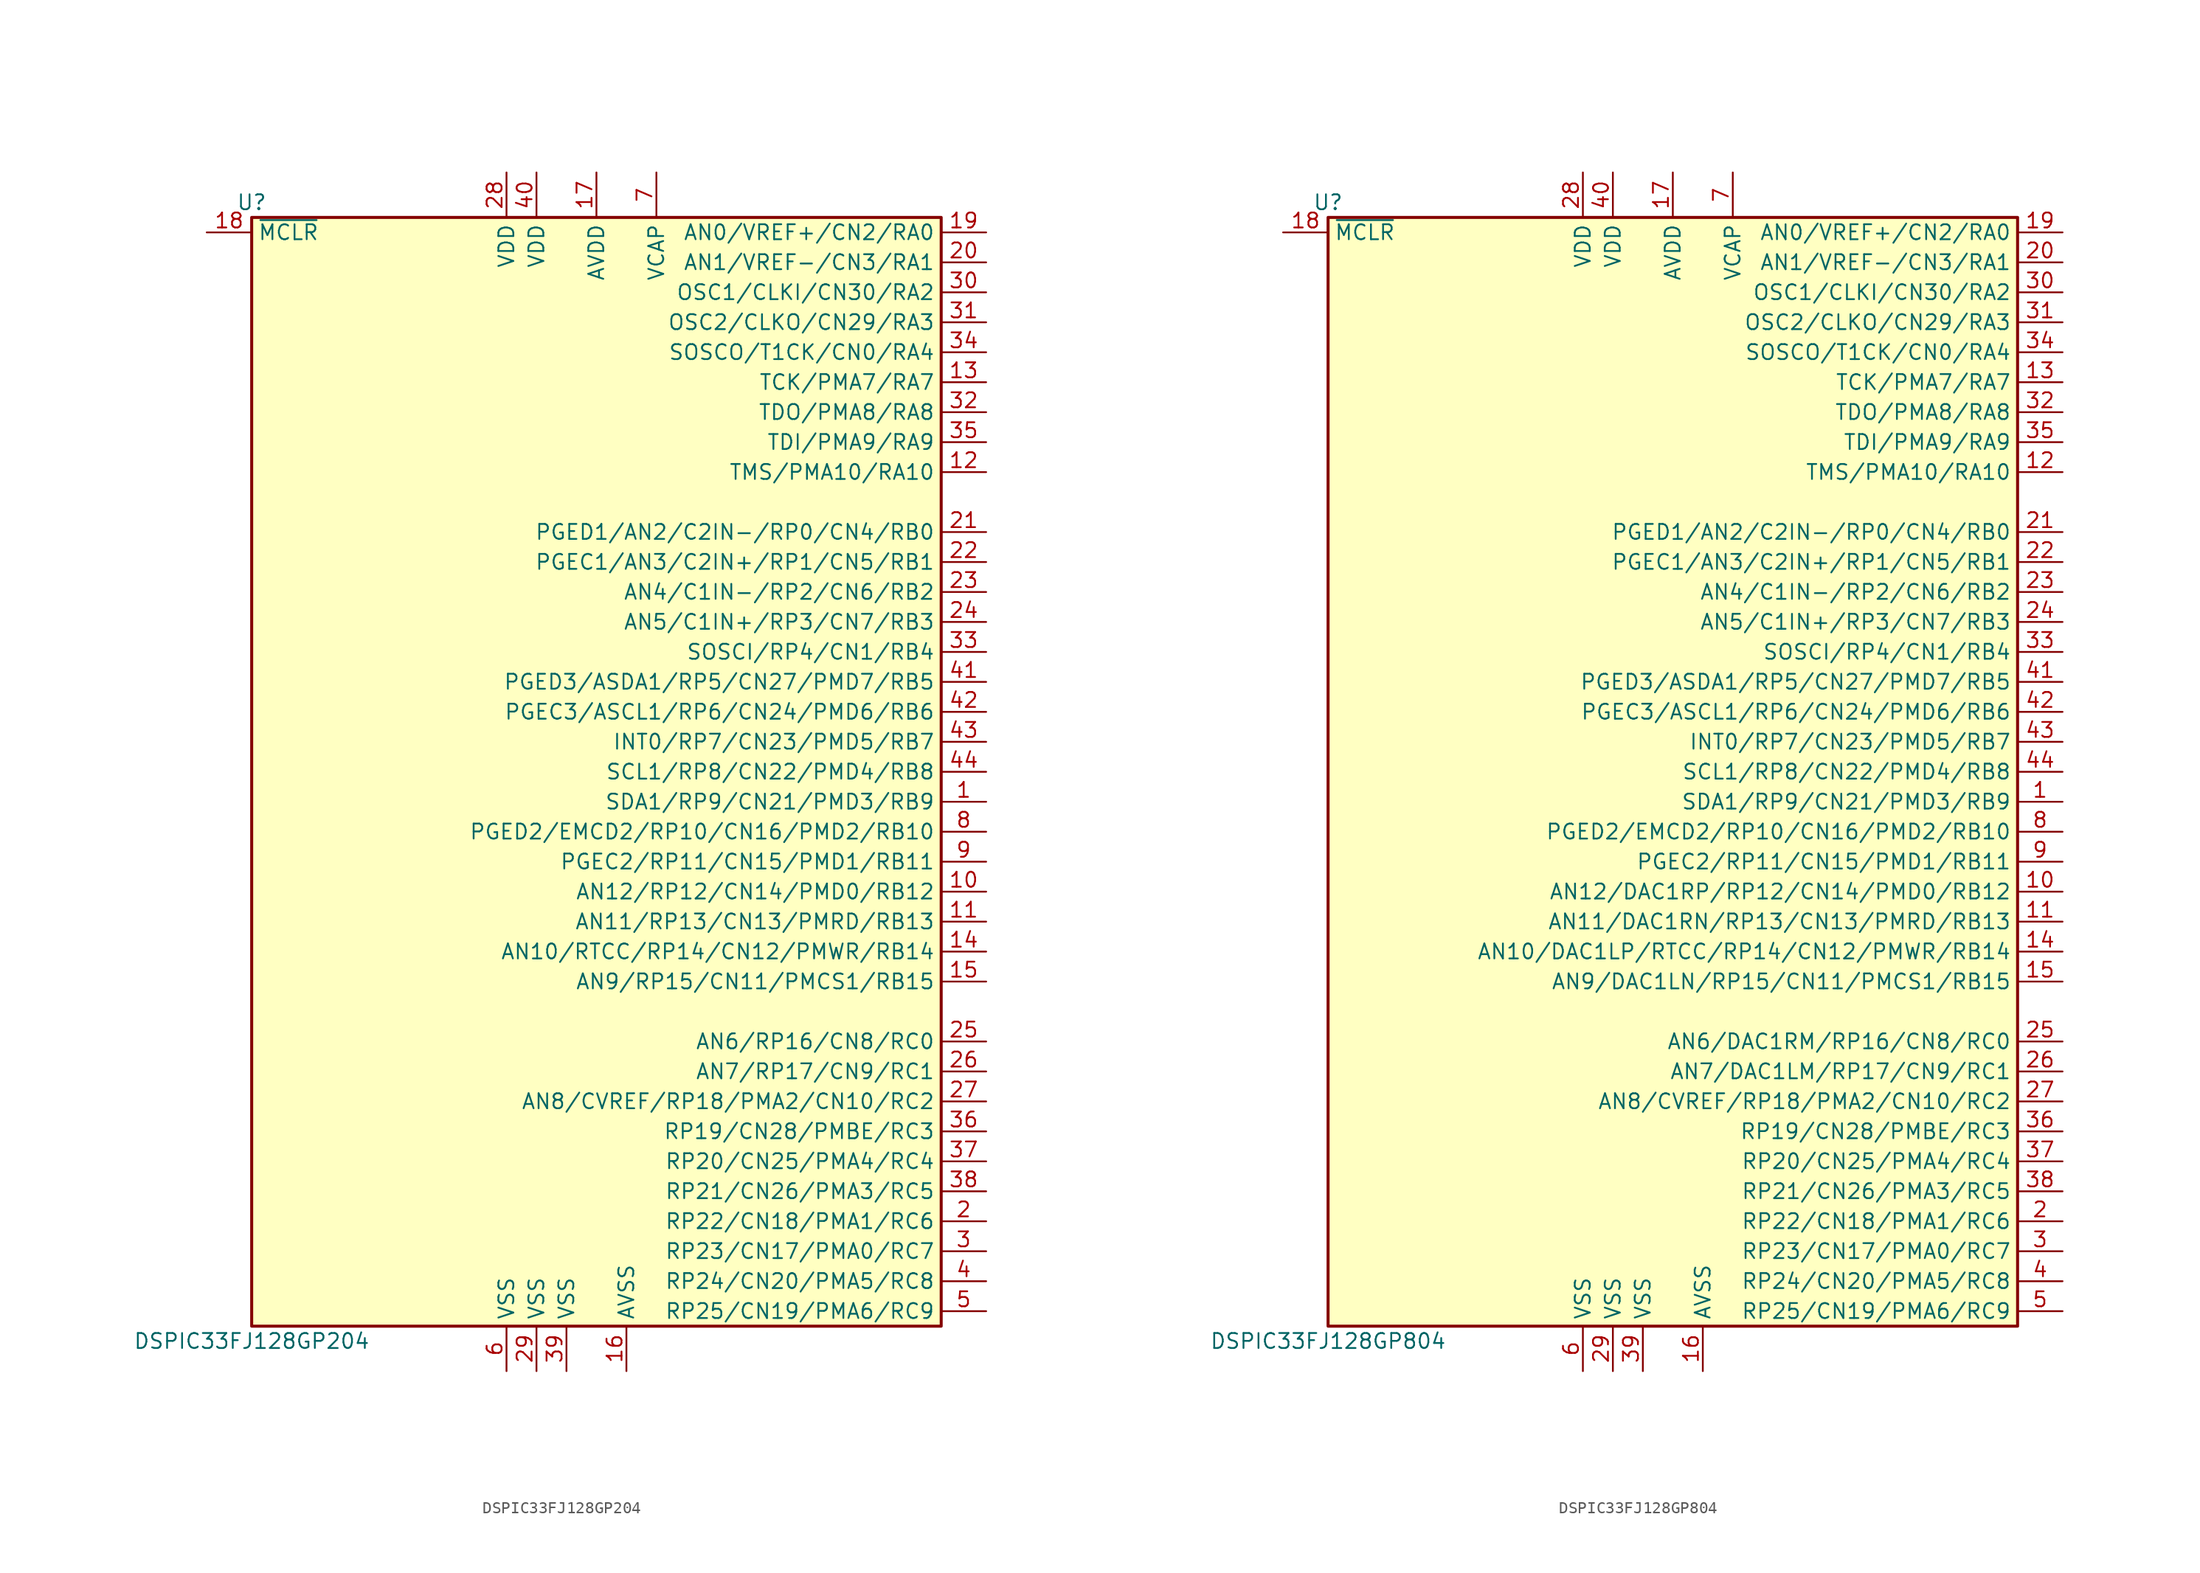
<source format=kicad_sym>
(kicad_symbol_lib
  (version 20200908)
  (generator kicad_symbol_editor)
  (symbol "DSP_Microchip_DSPIC33:DSPIC33FJ128GP204"
    (property "Reference" "U"
      (at -29.21 48.26 0)
      (effects (font (size 1.27 1.27))))
    (property "Value" "DSPIC33FJ128GP204"
      (at -29.21 -48.26 0)
      (effects (font (size 1.27 1.27))))
    (symbol "DSPIC33FJ128GP204_1_1"
      (rectangle (start -29.21 46.99) (end 29.21 -46.99) (stroke (width 0.254)) (fill (type background)))
      (pin bidirectional line (at 33.02 -2.54 180) (length 3.81) (name "SDA1/RP9/CN21/PMD3/RB9" (effects (font (size 1.27 1.27)))) (number "1" (effects (font (size 1.27 1.27)))))
      (pin bidirectional line (at 33.02 -10.16 180) (length 3.81) (name "AN12/RP12/CN14/PMD0/RB12" (effects (font (size 1.27 1.27)))) (number "10" (effects (font (size 1.27 1.27)))))
      (pin bidirectional line (at 33.02 -12.7 180) (length 3.81) (name "AN11/RP13/CN13/PMRD/RB13" (effects (font (size 1.27 1.27)))) (number "11" (effects (font (size 1.27 1.27)))))
      (pin bidirectional line (at 33.02 25.4 180) (length 3.81) (name "TMS/PMA10/RA10" (effects (font (size 1.27 1.27)))) (number "12" (effects (font (size 1.27 1.27)))))
      (pin bidirectional line (at 33.02 33.02 180) (length 3.81) (name "TCK/PMA7/RA7" (effects (font (size 1.27 1.27)))) (number "13" (effects (font (size 1.27 1.27)))))
      (pin bidirectional line (at 33.02 -15.24 180) (length 3.81) (name "AN10/RTCC/RP14/CN12/PMWR/RB14" (effects (font (size 1.27 1.27)))) (number "14" (effects (font (size 1.27 1.27)))))
      (pin bidirectional line (at 33.02 -17.78 180) (length 3.81) (name "AN9/RP15/CN11/PMCS1/RB15" (effects (font (size 1.27 1.27)))) (number "15" (effects (font (size 1.27 1.27)))))
      (pin power_in line (at 2.54 -50.8 90) (length 3.81) (name "AVSS" (effects (font (size 1.27 1.27)))) (number "16" (effects (font (size 1.27 1.27)))))
      (pin power_in line (at 0 50.8 270) (length 3.81) (name "AVDD" (effects (font (size 1.27 1.27)))) (number "17" (effects (font (size 1.27 1.27)))))
      (pin input line (at -33.02 45.72 0) (length 3.81) (name "~MCLR" (effects (font (size 1.27 1.27)))) (number "18" (effects (font (size 1.27 1.27)))))
      (pin bidirectional line (at 33.02 45.72 180) (length 3.81) (name "AN0/VREF+/CN2/RA0" (effects (font (size 1.27 1.27)))) (number "19" (effects (font (size 1.27 1.27)))))
      (pin bidirectional line (at 33.02 -38.1 180) (length 3.81) (name "RP22/CN18/PMA1/RC6" (effects (font (size 1.27 1.27)))) (number "2" (effects (font (size 1.27 1.27)))))
      (pin bidirectional line (at 33.02 43.18 180) (length 3.81) (name "AN1/VREF-/CN3/RA1" (effects (font (size 1.27 1.27)))) (number "20" (effects (font (size 1.27 1.27)))))
      (pin bidirectional line (at 33.02 20.32 180) (length 3.81) (name "PGED1/AN2/C2IN-/RP0/CN4/RB0" (effects (font (size 1.27 1.27)))) (number "21" (effects (font (size 1.27 1.27)))))
      (pin bidirectional line (at 33.02 17.78 180) (length 3.81) (name "PGEC1/AN3/C2IN+/RP1/CN5/RB1" (effects (font (size 1.27 1.27)))) (number "22" (effects (font (size 1.27 1.27)))))
      (pin bidirectional line (at 33.02 15.24 180) (length 3.81) (name "AN4/C1IN-/RP2/CN6/RB2" (effects (font (size 1.27 1.27)))) (number "23" (effects (font (size 1.27 1.27)))))
      (pin bidirectional line (at 33.02 12.7 180) (length 3.81) (name "AN5/C1IN+/RP3/CN7/RB3" (effects (font (size 1.27 1.27)))) (number "24" (effects (font (size 1.27 1.27)))))
      (pin bidirectional line (at 33.02 -22.86 180) (length 3.81) (name "AN6/RP16/CN8/RC0" (effects (font (size 1.27 1.27)))) (number "25" (effects (font (size 1.27 1.27)))))
      (pin bidirectional line (at 33.02 -25.4 180) (length 3.81) (name "AN7/RP17/CN9/RC1" (effects (font (size 1.27 1.27)))) (number "26" (effects (font (size 1.27 1.27)))))
      (pin bidirectional line (at 33.02 -27.94 180) (length 3.81) (name "AN8/CVREF/RP18/PMA2/CN10/RC2" (effects (font (size 1.27 1.27)))) (number "27" (effects (font (size 1.27 1.27)))))
      (pin power_in line (at -7.62 50.8 270) (length 3.81) (name "VDD" (effects (font (size 1.27 1.27)))) (number "28" (effects (font (size 1.27 1.27)))))
      (pin power_in line (at -5.08 -50.8 90) (length 3.81) (name "VSS" (effects (font (size 1.27 1.27)))) (number "29" (effects (font (size 1.27 1.27)))))
      (pin bidirectional line (at 33.02 -40.64 180) (length 3.81) (name "RP23/CN17/PMA0/RC7" (effects (font (size 1.27 1.27)))) (number "3" (effects (font (size 1.27 1.27)))))
      (pin input line (at 33.02 40.64 180) (length 3.81) (name "OSC1/CLKI/CN30/RA2" (effects (font (size 1.27 1.27)))) (number "30" (effects (font (size 1.27 1.27)))))
      (pin input line (at 33.02 38.1 180) (length 3.81) (name "OSC2/CLKO/CN29/RA3" (effects (font (size 1.27 1.27)))) (number "31" (effects (font (size 1.27 1.27)))))
      (pin input line (at 33.02 30.48 180) (length 3.81) (name "TDO/PMA8/RA8" (effects (font (size 1.27 1.27)))) (number "32" (effects (font (size 1.27 1.27)))))
      (pin input line (at 33.02 10.16 180) (length 3.81) (name "SOSCI/RP4/CN1/RB4" (effects (font (size 1.27 1.27)))) (number "33" (effects (font (size 1.27 1.27)))))
      (pin input line (at 33.02 35.56 180) (length 3.81) (name "SOSCO/T1CK/CN0/RA4" (effects (font (size 1.27 1.27)))) (number "34" (effects (font (size 1.27 1.27)))))
      (pin input line (at 33.02 27.94 180) (length 3.81) (name "TDI/PMA9/RA9" (effects (font (size 1.27 1.27)))) (number "35" (effects (font (size 1.27 1.27)))))
      (pin input line (at 33.02 -30.48 180) (length 3.81) (name "RP19/CN28/PMBE/RC3" (effects (font (size 1.27 1.27)))) (number "36" (effects (font (size 1.27 1.27)))))
      (pin input line (at 33.02 -33.02 180) (length 3.81) (name "RP20/CN25/PMA4/RC4" (effects (font (size 1.27 1.27)))) (number "37" (effects (font (size 1.27 1.27)))))
      (pin input line (at 33.02 -35.56 180) (length 3.81) (name "RP21/CN26/PMA3/RC5" (effects (font (size 1.27 1.27)))) (number "38" (effects (font (size 1.27 1.27)))))
      (pin power_in line (at -2.54 -50.8 90) (length 3.81) (name "VSS" (effects (font (size 1.27 1.27)))) (number "39" (effects (font (size 1.27 1.27)))))
      (pin bidirectional line (at 33.02 -43.18 180) (length 3.81) (name "RP24/CN20/PMA5/RC8" (effects (font (size 1.27 1.27)))) (number "4" (effects (font (size 1.27 1.27)))))
      (pin power_in line (at -5.08 50.8 270) (length 3.81) (name "VDD" (effects (font (size 1.27 1.27)))) (number "40" (effects (font (size 1.27 1.27)))))
      (pin input line (at 33.02 7.62 180) (length 3.81) (name "PGED3/ASDA1/RP5/CN27/PMD7/RB5" (effects (font (size 1.27 1.27)))) (number "41" (effects (font (size 1.27 1.27)))))
      (pin input line (at 33.02 5.08 180) (length 3.81) (name "PGEC3/ASCL1/RP6/CN24/PMD6/RB6" (effects (font (size 1.27 1.27)))) (number "42" (effects (font (size 1.27 1.27)))))
      (pin input line (at 33.02 2.54 180) (length 3.81) (name "INT0/RP7/CN23/PMD5/RB7" (effects (font (size 1.27 1.27)))) (number "43" (effects (font (size 1.27 1.27)))))
      (pin input line (at 33.02 0 180) (length 3.81) (name "SCL1/RP8/CN22/PMD4/RB8" (effects (font (size 1.27 1.27)))) (number "44" (effects (font (size 1.27 1.27)))))
      (pin bidirectional line (at 33.02 -45.72 180) (length 3.81) (name "RP25/CN19/PMA6/RC9" (effects (font (size 1.27 1.27)))) (number "5" (effects (font (size 1.27 1.27)))))
      (pin power_in line (at -7.62 -50.8 90) (length 3.81) (name "VSS" (effects (font (size 1.27 1.27)))) (number "6" (effects (font (size 1.27 1.27)))))
      (pin power_in line (at 5.08 50.8 270) (length 3.81) (name "VCAP" (effects (font (size 1.27 1.27)))) (number "7" (effects (font (size 1.27 1.27)))))
      (pin bidirectional line (at 33.02 -5.08 180) (length 3.81) (name "PGED2/EMCD2/RP10/CN16/PMD2/RB10" (effects (font (size 1.27 1.27)))) (number "8" (effects (font (size 1.27 1.27)))))
      (pin bidirectional line (at 33.02 -7.62 180) (length 3.81) (name "PGEC2/RP11/CN15/PMD1/RB11" (effects (font (size 1.27 1.27)))) (number "9" (effects (font (size 1.27 1.27)))))))
  (symbol "DSP_Microchip_DSPIC33:DSPIC33FJ128GP804"
    (property "Reference" "U"
      (at -29.21 48.26 0)
      (effects (font (size 1.27 1.27))))
    (property "Value" "DSPIC33FJ128GP804"
      (at -29.21 -48.26 0)
      (effects (font (size 1.27 1.27))))
    (symbol "DSPIC33FJ128GP804_1_1"
      (rectangle (start -29.21 46.99) (end 29.21 -46.99) (stroke (width 0.254)) (fill (type background)))
      (pin bidirectional line (at 33.02 -2.54 180) (length 3.81) (name "SDA1/RP9/CN21/PMD3/RB9" (effects (font (size 1.27 1.27)))) (number "1" (effects (font (size 1.27 1.27)))))
      (pin bidirectional line (at 33.02 -10.16 180) (length 3.81) (name "AN12/DAC1RP/RP12/CN14/PMD0/RB12" (effects (font (size 1.27 1.27)))) (number "10" (effects (font (size 1.27 1.27)))))
      (pin bidirectional line (at 33.02 -12.7 180) (length 3.81) (name "AN11/DAC1RN/RP13/CN13/PMRD/RB13" (effects (font (size 1.27 1.27)))) (number "11" (effects (font (size 1.27 1.27)))))
      (pin bidirectional line (at 33.02 25.4 180) (length 3.81) (name "TMS/PMA10/RA10" (effects (font (size 1.27 1.27)))) (number "12" (effects (font (size 1.27 1.27)))))
      (pin bidirectional line (at 33.02 33.02 180) (length 3.81) (name "TCK/PMA7/RA7" (effects (font (size 1.27 1.27)))) (number "13" (effects (font (size 1.27 1.27)))))
      (pin bidirectional line (at 33.02 -15.24 180) (length 3.81) (name "AN10/DAC1LP/RTCC/RP14/CN12/PMWR/RB14" (effects (font (size 1.27 1.27)))) (number "14" (effects (font (size 1.27 1.27)))))
      (pin bidirectional line (at 33.02 -17.78 180) (length 3.81) (name "AN9/DAC1LN/RP15/CN11/PMCS1/RB15" (effects (font (size 1.27 1.27)))) (number "15" (effects (font (size 1.27 1.27)))))
      (pin power_in line (at 2.54 -50.8 90) (length 3.81) (name "AVSS" (effects (font (size 1.27 1.27)))) (number "16" (effects (font (size 1.27 1.27)))))
      (pin power_in line (at 0 50.8 270) (length 3.81) (name "AVDD" (effects (font (size 1.27 1.27)))) (number "17" (effects (font (size 1.27 1.27)))))
      (pin input line (at -33.02 45.72 0) (length 3.81) (name "~MCLR" (effects (font (size 1.27 1.27)))) (number "18" (effects (font (size 1.27 1.27)))))
      (pin bidirectional line (at 33.02 45.72 180) (length 3.81) (name "AN0/VREF+/CN2/RA0" (effects (font (size 1.27 1.27)))) (number "19" (effects (font (size 1.27 1.27)))))
      (pin bidirectional line (at 33.02 -38.1 180) (length 3.81) (name "RP22/CN18/PMA1/RC6" (effects (font (size 1.27 1.27)))) (number "2" (effects (font (size 1.27 1.27)))))
      (pin bidirectional line (at 33.02 43.18 180) (length 3.81) (name "AN1/VREF-/CN3/RA1" (effects (font (size 1.27 1.27)))) (number "20" (effects (font (size 1.27 1.27)))))
      (pin bidirectional line (at 33.02 20.32 180) (length 3.81) (name "PGED1/AN2/C2IN-/RP0/CN4/RB0" (effects (font (size 1.27 1.27)))) (number "21" (effects (font (size 1.27 1.27)))))
      (pin bidirectional line (at 33.02 17.78 180) (length 3.81) (name "PGEC1/AN3/C2IN+/RP1/CN5/RB1" (effects (font (size 1.27 1.27)))) (number "22" (effects (font (size 1.27 1.27)))))
      (pin bidirectional line (at 33.02 15.24 180) (length 3.81) (name "AN4/C1IN-/RP2/CN6/RB2" (effects (font (size 1.27 1.27)))) (number "23" (effects (font (size 1.27 1.27)))))
      (pin bidirectional line (at 33.02 12.7 180) (length 3.81) (name "AN5/C1IN+/RP3/CN7/RB3" (effects (font (size 1.27 1.27)))) (number "24" (effects (font (size 1.27 1.27)))))
      (pin bidirectional line (at 33.02 -22.86 180) (length 3.81) (name "AN6/DAC1RM/RP16/CN8/RC0" (effects (font (size 1.27 1.27)))) (number "25" (effects (font (size 1.27 1.27)))))
      (pin bidirectional line (at 33.02 -25.4 180) (length 3.81) (name "AN7/DAC1LM/RP17/CN9/RC1" (effects (font (size 1.27 1.27)))) (number "26" (effects (font (size 1.27 1.27)))))
      (pin bidirectional line (at 33.02 -27.94 180) (length 3.81) (name "AN8/CVREF/RP18/PMA2/CN10/RC2" (effects (font (size 1.27 1.27)))) (number "27" (effects (font (size 1.27 1.27)))))
      (pin power_in line (at -7.62 50.8 270) (length 3.81) (name "VDD" (effects (font (size 1.27 1.27)))) (number "28" (effects (font (size 1.27 1.27)))))
      (pin power_in line (at -5.08 -50.8 90) (length 3.81) (name "VSS" (effects (font (size 1.27 1.27)))) (number "29" (effects (font (size 1.27 1.27)))))
      (pin bidirectional line (at 33.02 -40.64 180) (length 3.81) (name "RP23/CN17/PMA0/RC7" (effects (font (size 1.27 1.27)))) (number "3" (effects (font (size 1.27 1.27)))))
      (pin input line (at 33.02 40.64 180) (length 3.81) (name "OSC1/CLKI/CN30/RA2" (effects (font (size 1.27 1.27)))) (number "30" (effects (font (size 1.27 1.27)))))
      (pin input line (at 33.02 38.1 180) (length 3.81) (name "OSC2/CLKO/CN29/RA3" (effects (font (size 1.27 1.27)))) (number "31" (effects (font (size 1.27 1.27)))))
      (pin input line (at 33.02 30.48 180) (length 3.81) (name "TDO/PMA8/RA8" (effects (font (size 1.27 1.27)))) (number "32" (effects (font (size 1.27 1.27)))))
      (pin input line (at 33.02 10.16 180) (length 3.81) (name "SOSCI/RP4/CN1/RB4" (effects (font (size 1.27 1.27)))) (number "33" (effects (font (size 1.27 1.27)))))
      (pin input line (at 33.02 35.56 180) (length 3.81) (name "SOSCO/T1CK/CN0/RA4" (effects (font (size 1.27 1.27)))) (number "34" (effects (font (size 1.27 1.27)))))
      (pin input line (at 33.02 27.94 180) (length 3.81) (name "TDI/PMA9/RA9" (effects (font (size 1.27 1.27)))) (number "35" (effects (font (size 1.27 1.27)))))
      (pin input line (at 33.02 -30.48 180) (length 3.81) (name "RP19/CN28/PMBE/RC3" (effects (font (size 1.27 1.27)))) (number "36" (effects (font (size 1.27 1.27)))))
      (pin input line (at 33.02 -33.02 180) (length 3.81) (name "RP20/CN25/PMA4/RC4" (effects (font (size 1.27 1.27)))) (number "37" (effects (font (size 1.27 1.27)))))
      (pin input line (at 33.02 -35.56 180) (length 3.81) (name "RP21/CN26/PMA3/RC5" (effects (font (size 1.27 1.27)))) (number "38" (effects (font (size 1.27 1.27)))))
      (pin power_in line (at -2.54 -50.8 90) (length 3.81) (name "VSS" (effects (font (size 1.27 1.27)))) (number "39" (effects (font (size 1.27 1.27)))))
      (pin bidirectional line (at 33.02 -43.18 180) (length 3.81) (name "RP24/CN20/PMA5/RC8" (effects (font (size 1.27 1.27)))) (number "4" (effects (font (size 1.27 1.27)))))
      (pin power_in line (at -5.08 50.8 270) (length 3.81) (name "VDD" (effects (font (size 1.27 1.27)))) (number "40" (effects (font (size 1.27 1.27)))))
      (pin input line (at 33.02 7.62 180) (length 3.81) (name "PGED3/ASDA1/RP5/CN27/PMD7/RB5" (effects (font (size 1.27 1.27)))) (number "41" (effects (font (size 1.27 1.27)))))
      (pin input line (at 33.02 5.08 180) (length 3.81) (name "PGEC3/ASCL1/RP6/CN24/PMD6/RB6" (effects (font (size 1.27 1.27)))) (number "42" (effects (font (size 1.27 1.27)))))
      (pin input line (at 33.02 2.54 180) (length 3.81) (name "INT0/RP7/CN23/PMD5/RB7" (effects (font (size 1.27 1.27)))) (number "43" (effects (font (size 1.27 1.27)))))
      (pin input line (at 33.02 0 180) (length 3.81) (name "SCL1/RP8/CN22/PMD4/RB8" (effects (font (size 1.27 1.27)))) (number "44" (effects (font (size 1.27 1.27)))))
      (pin bidirectional line (at 33.02 -45.72 180) (length 3.81) (name "RP25/CN19/PMA6/RC9" (effects (font (size 1.27 1.27)))) (number "5" (effects (font (size 1.27 1.27)))))
      (pin power_in line (at -7.62 -50.8 90) (length 3.81) (name "VSS" (effects (font (size 1.27 1.27)))) (number "6" (effects (font (size 1.27 1.27)))))
      (pin power_in line (at 5.08 50.8 270) (length 3.81) (name "VCAP" (effects (font (size 1.27 1.27)))) (number "7" (effects (font (size 1.27 1.27)))))
      (pin bidirectional line (at 33.02 -5.08 180) (length 3.81) (name "PGED2/EMCD2/RP10/CN16/PMD2/RB10" (effects (font (size 1.27 1.27)))) (number "8" (effects (font (size 1.27 1.27)))))
      (pin bidirectional line (at 33.02 -7.62 180) (length 3.81) (name "PGEC2/RP11/CN15/PMD1/RB11" (effects (font (size 1.27 1.27)))) (number "9" (effects (font (size 1.27 1.27))))))))
</source>
